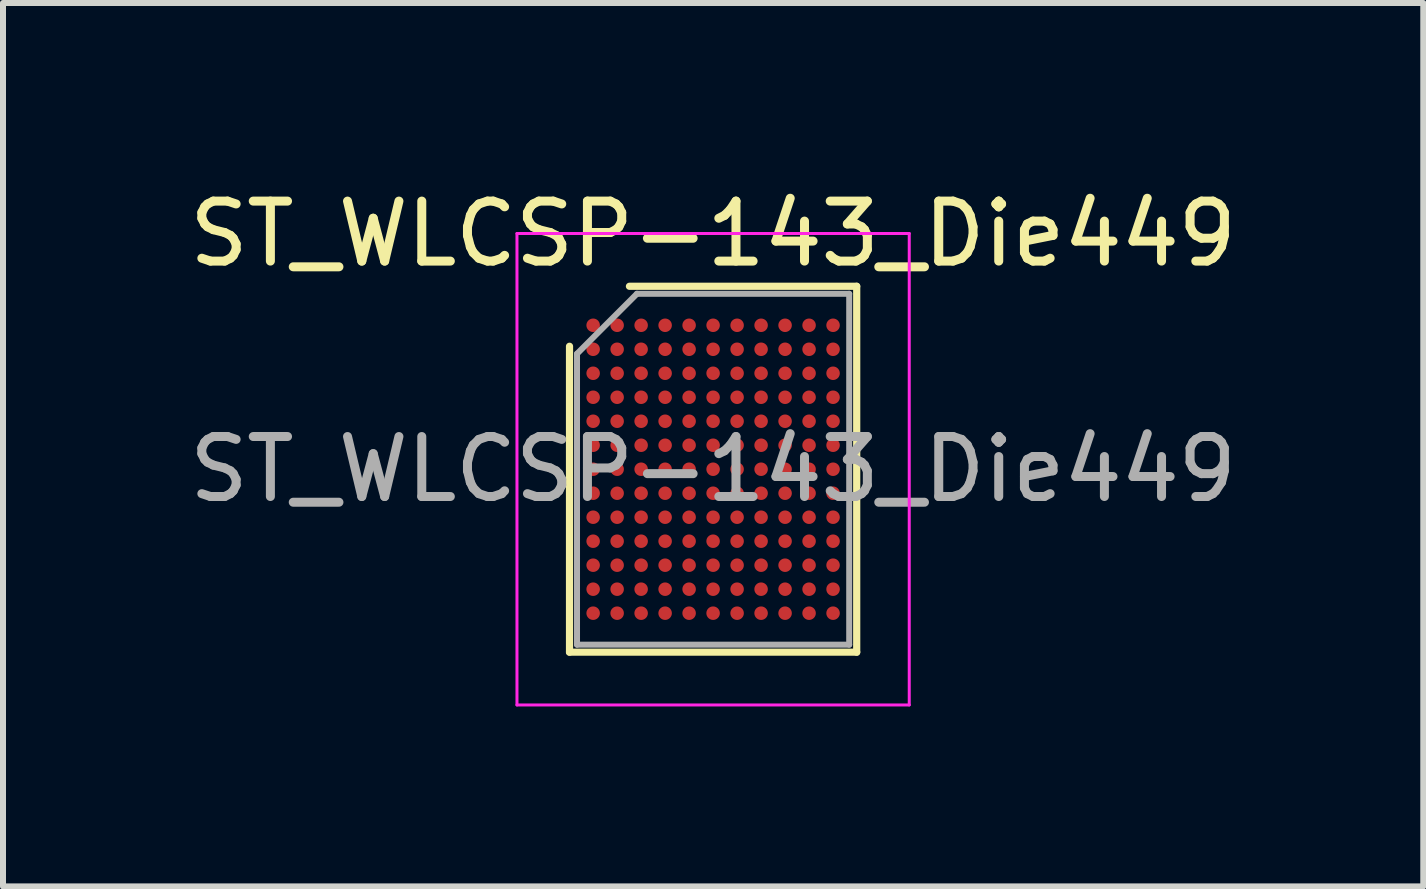
<source format=kicad_pcb>
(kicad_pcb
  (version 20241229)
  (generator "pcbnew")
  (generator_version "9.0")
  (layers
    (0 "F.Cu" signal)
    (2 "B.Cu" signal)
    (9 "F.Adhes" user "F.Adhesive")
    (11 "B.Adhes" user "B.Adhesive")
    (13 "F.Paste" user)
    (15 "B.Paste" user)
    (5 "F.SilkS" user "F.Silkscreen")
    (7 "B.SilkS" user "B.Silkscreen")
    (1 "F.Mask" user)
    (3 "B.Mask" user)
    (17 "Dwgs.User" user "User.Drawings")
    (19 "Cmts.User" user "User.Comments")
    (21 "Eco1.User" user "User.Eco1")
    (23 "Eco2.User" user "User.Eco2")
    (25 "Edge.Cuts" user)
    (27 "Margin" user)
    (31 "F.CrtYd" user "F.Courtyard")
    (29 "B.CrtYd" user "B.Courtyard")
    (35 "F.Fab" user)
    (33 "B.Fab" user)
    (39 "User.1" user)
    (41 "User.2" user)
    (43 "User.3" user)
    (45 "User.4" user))
  (footprint "ST_WLCSP-143_Die449"
    (layer "F.Cu")
    (at 8.839 4.773)
    (property "Reference" "ST_WLCSP-143_Die449" (at 0 -3.925 0) (layer "F.SilkS") (effects (font (size 1 1) (thickness 0.15))))
    (attr smd)
    (fp_line (start -2.394 3.05) (end -2.394 -2.05) (stroke (width 0.12) (type solid)) (layer "F.SilkS"))
    (fp_line (start -1.395 -3.05) (end 2.394 -3.05) (stroke (width 0.12) (type solid)) (layer "F.SilkS"))
    (fp_line (start 2.394 -3.05) (end 2.394 3.05) (stroke (width 0.12) (type solid)) (layer "F.SilkS"))
    (fp_line (start 2.394 3.05) (end -2.394 3.05) (stroke (width 0.12) (type solid)) (layer "F.SilkS"))
    (fp_line (start -3.27 -3.93) (end -3.27 3.93) (stroke (width 0.05) (type solid)) (layer "F.CrtYd"))
    (fp_line (start -3.27 3.93) (end 3.27 3.93) (stroke (width 0.05) (type solid)) (layer "F.CrtYd"))
    (fp_line (start 3.27 -3.93) (end -3.27 -3.93) (stroke (width 0.05) (type solid)) (layer "F.CrtYd"))
    (fp_line (start 3.27 3.93) (end 3.27 -3.93) (stroke (width 0.05) (type solid)) (layer "F.CrtYd"))
    (fp_line (start -2.269 -1.925) (end -1.27 -2.925) (stroke (width 0.1) (type solid)) (layer "F.Fab"))
    (fp_line (start -2.269 2.925) (end -2.269 -1.925) (stroke (width 0.1) (type solid)) (layer "F.Fab"))
    (fp_line (start -1.27 -2.925) (end 2.269 -2.925) (stroke (width 0.1) (type solid)) (layer "F.Fab"))
    (fp_line (start 2.269 -2.925) (end 2.269 2.925) (stroke (width 0.1) (type solid)) (layer "F.Fab"))
    (fp_line (start 2.269 2.925) (end -2.269 2.925) (stroke (width 0.1) (type solid)) (layer "F.Fab"))
    (fp_text user "${REFERENCE}" (at 0 0 0) (layer "F.Fab") (effects (font (size 1 1) (thickness 0.15))))
    (pad "A1" smd circle (at -2 -2.4) (size 0.225 0.225) (layers "F.Cu" "F.Mask" "F.Paste"))
    (pad "A2" smd circle (at -1.6 -2.4) (size 0.225 0.225) (layers "F.Cu" "F.Mask" "F.Paste"))
    (pad "A3" smd circle (at -1.2 -2.4) (size 0.225 0.225) (layers "F.Cu" "F.Mask" "F.Paste"))
    (pad "A4" smd circle (at -0.8 -2.4) (size 0.225 0.225) (layers "F.Cu" "F.Mask" "F.Paste"))
    (pad "A5" smd circle (at -0.4 -2.4) (size 0.225 0.225) (layers "F.Cu" "F.Mask" "F.Paste"))
    (pad "A6" smd circle (at 0 -2.4) (size 0.225 0.225) (layers "F.Cu" "F.Mask" "F.Paste"))
    (pad "A7" smd circle (at 0.4 -2.4) (size 0.225 0.225) (layers "F.Cu" "F.Mask" "F.Paste"))
    (pad "A8" smd circle (at 0.8 -2.4) (size 0.225 0.225) (layers "F.Cu" "F.Mask" "F.Paste"))
    (pad "A9" smd circle (at 1.2 -2.4) (size 0.225 0.225) (layers "F.Cu" "F.Mask" "F.Paste"))
    (pad "A10" smd circle (at 1.6 -2.4) (size 0.225 0.225) (layers "F.Cu" "F.Mask" "F.Paste"))
    (pad "A11" smd circle (at 2 -2.4) (size 0.225 0.225) (layers "F.Cu" "F.Mask" "F.Paste"))
    (pad "B1" smd circle (at -2 -2) (size 0.225 0.225) (layers "F.Cu" "F.Mask" "F.Paste"))
    (pad "B2" smd circle (at -1.6 -2) (size 0.225 0.225) (layers "F.Cu" "F.Mask" "F.Paste"))
    (pad "B3" smd circle (at -1.2 -2) (size 0.225 0.225) (layers "F.Cu" "F.Mask" "F.Paste"))
    (pad "B4" smd circle (at -0.8 -2) (size 0.225 0.225) (layers "F.Cu" "F.Mask" "F.Paste"))
    (pad "B5" smd circle (at -0.4 -2) (size 0.225 0.225) (layers "F.Cu" "F.Mask" "F.Paste"))
    (pad "B6" smd circle (at 0 -2) (size 0.225 0.225) (layers "F.Cu" "F.Mask" "F.Paste"))
    (pad "B7" smd circle (at 0.4 -2) (size 0.225 0.225) (layers "F.Cu" "F.Mask" "F.Paste"))
    (pad "B8" smd circle (at 0.8 -2) (size 0.225 0.225) (layers "F.Cu" "F.Mask" "F.Paste"))
    (pad "B9" smd circle (at 1.2 -2) (size 0.225 0.225) (layers "F.Cu" "F.Mask" "F.Paste"))
    (pad "B10" smd circle (at 1.6 -2) (size 0.225 0.225) (layers "F.Cu" "F.Mask" "F.Paste"))
    (pad "B11" smd circle (at 2 -2) (size 0.225 0.225) (layers "F.Cu" "F.Mask" "F.Paste"))
    (pad "C1" smd circle (at -2 -1.6) (size 0.225 0.225) (layers "F.Cu" "F.Mask" "F.Paste"))
    (pad "C2" smd circle (at -1.6 -1.6) (size 0.225 0.225) (layers "F.Cu" "F.Mask" "F.Paste"))
    (pad "C3" smd circle (at -1.2 -1.6) (size 0.225 0.225) (layers "F.Cu" "F.Mask" "F.Paste"))
    (pad "C4" smd circle (at -0.8 -1.6) (size 0.225 0.225) (layers "F.Cu" "F.Mask" "F.Paste"))
    (pad "C5" smd circle (at -0.4 -1.6) (size 0.225 0.225) (layers "F.Cu" "F.Mask" "F.Paste"))
    (pad "C6" smd circle (at 0 -1.6) (size 0.225 0.225) (layers "F.Cu" "F.Mask" "F.Paste"))
    (pad "C7" smd circle (at 0.4 -1.6) (size 0.225 0.225) (layers "F.Cu" "F.Mask" "F.Paste"))
    (pad "C8" smd circle (at 0.8 -1.6) (size 0.225 0.225) (layers "F.Cu" "F.Mask" "F.Paste"))
    (pad "C9" smd circle (at 1.2 -1.6) (size 0.225 0.225) (layers "F.Cu" "F.Mask" "F.Paste"))
    (pad "C10" smd circle (at 1.6 -1.6) (size 0.225 0.225) (layers "F.Cu" "F.Mask" "F.Paste"))
    (pad "C11" smd circle (at 2 -1.6) (size 0.225 0.225) (layers "F.Cu" "F.Mask" "F.Paste"))
    (pad "D1" smd circle (at -2 -1.2) (size 0.225 0.225) (layers "F.Cu" "F.Mask" "F.Paste"))
    (pad "D2" smd circle (at -1.6 -1.2) (size 0.225 0.225) (layers "F.Cu" "F.Mask" "F.Paste"))
    (pad "D3" smd circle (at -1.2 -1.2) (size 0.225 0.225) (layers "F.Cu" "F.Mask" "F.Paste"))
    (pad "D4" smd circle (at -0.8 -1.2) (size 0.225 0.225) (layers "F.Cu" "F.Mask" "F.Paste"))
    (pad "D5" smd circle (at -0.4 -1.2) (size 0.225 0.225) (layers "F.Cu" "F.Mask" "F.Paste"))
    (pad "D6" smd circle (at 0 -1.2) (size 0.225 0.225) (layers "F.Cu" "F.Mask" "F.Paste"))
    (pad "D7" smd circle (at 0.4 -1.2) (size 0.225 0.225) (layers "F.Cu" "F.Mask" "F.Paste"))
    (pad "D8" smd circle (at 0.8 -1.2) (size 0.225 0.225) (layers "F.Cu" "F.Mask" "F.Paste"))
    (pad "D9" smd circle (at 1.2 -1.2) (size 0.225 0.225) (layers "F.Cu" "F.Mask" "F.Paste"))
    (pad "D10" smd circle (at 1.6 -1.2) (size 0.225 0.225) (layers "F.Cu" "F.Mask" "F.Paste"))
    (pad "D11" smd circle (at 2 -1.2) (size 0.225 0.225) (layers "F.Cu" "F.Mask" "F.Paste"))
    (pad "E1" smd circle (at -2 -0.8) (size 0.225 0.225) (layers "F.Cu" "F.Mask" "F.Paste"))
    (pad "E2" smd circle (at -1.6 -0.8) (size 0.225 0.225) (layers "F.Cu" "F.Mask" "F.Paste"))
    (pad "E3" smd circle (at -1.2 -0.8) (size 0.225 0.225) (layers "F.Cu" "F.Mask" "F.Paste"))
    (pad "E4" smd circle (at -0.8 -0.8) (size 0.225 0.225) (layers "F.Cu" "F.Mask" "F.Paste"))
    (pad "E5" smd circle (at -0.4 -0.8) (size 0.225 0.225) (layers "F.Cu" "F.Mask" "F.Paste"))
    (pad "E6" smd circle (at 0 -0.8) (size 0.225 0.225) (layers "F.Cu" "F.Mask" "F.Paste"))
    (pad "E7" smd circle (at 0.4 -0.8) (size 0.225 0.225) (layers "F.Cu" "F.Mask" "F.Paste"))
    (pad "E8" smd circle (at 0.8 -0.8) (size 0.225 0.225) (layers "F.Cu" "F.Mask" "F.Paste"))
    (pad "E9" smd circle (at 1.2 -0.8) (size 0.225 0.225) (layers "F.Cu" "F.Mask" "F.Paste"))
    (pad "E10" smd circle (at 1.6 -0.8) (size 0.225 0.225) (layers "F.Cu" "F.Mask" "F.Paste"))
    (pad "E11" smd circle (at 2 -0.8) (size 0.225 0.225) (layers "F.Cu" "F.Mask" "F.Paste"))
    (pad "F1" smd circle (at -2 -0.4) (size 0.225 0.225) (layers "F.Cu" "F.Mask" "F.Paste"))
    (pad "F2" smd circle (at -1.6 -0.4) (size 0.225 0.225) (layers "F.Cu" "F.Mask" "F.Paste"))
    (pad "F3" smd circle (at -1.2 -0.4) (size 0.225 0.225) (layers "F.Cu" "F.Mask" "F.Paste"))
    (pad "F4" smd circle (at -0.8 -0.4) (size 0.225 0.225) (layers "F.Cu" "F.Mask" "F.Paste"))
    (pad "F5" smd circle (at -0.4 -0.4) (size 0.225 0.225) (layers "F.Cu" "F.Mask" "F.Paste"))
    (pad "F6" smd circle (at 0 -0.4) (size 0.225 0.225) (layers "F.Cu" "F.Mask" "F.Paste"))
    (pad "F7" smd circle (at 0.4 -0.4) (size 0.225 0.225) (layers "F.Cu" "F.Mask" "F.Paste"))
    (pad "F8" smd circle (at 0.8 -0.4) (size 0.225 0.225) (layers "F.Cu" "F.Mask" "F.Paste"))
    (pad "F9" smd circle (at 1.2 -0.4) (size 0.225 0.225) (layers "F.Cu" "F.Mask" "F.Paste"))
    (pad "F10" smd circle (at 1.6 -0.4) (size 0.225 0.225) (layers "F.Cu" "F.Mask" "F.Paste"))
    (pad "F11" smd circle (at 2 -0.4) (size 0.225 0.225) (layers "F.Cu" "F.Mask" "F.Paste"))
    (pad "G1" smd circle (at -2 0) (size 0.225 0.225) (layers "F.Cu" "F.Mask" "F.Paste"))
    (pad "G2" smd circle (at -1.6 0) (size 0.225 0.225) (layers "F.Cu" "F.Mask" "F.Paste"))
    (pad "G3" smd circle (at -1.2 0) (size 0.225 0.225) (layers "F.Cu" "F.Mask" "F.Paste"))
    (pad "G4" smd circle (at -0.8 0) (size 0.225 0.225) (layers "F.Cu" "F.Mask" "F.Paste"))
    (pad "G5" smd circle (at -0.4 0) (size 0.225 0.225) (layers "F.Cu" "F.Mask" "F.Paste"))
    (pad "G6" smd circle (at 0 0) (size 0.225 0.225) (layers "F.Cu" "F.Mask" "F.Paste"))
    (pad "G7" smd circle (at 0.4 0) (size 0.225 0.225) (layers "F.Cu" "F.Mask" "F.Paste"))
    (pad "G8" smd circle (at 0.8 0) (size 0.225 0.225) (layers "F.Cu" "F.Mask" "F.Paste"))
    (pad "G9" smd circle (at 1.2 0) (size 0.225 0.225) (layers "F.Cu" "F.Mask" "F.Paste"))
    (pad "G10" smd circle (at 1.6 0) (size 0.225 0.225) (layers "F.Cu" "F.Mask" "F.Paste"))
    (pad "G11" smd circle (at 2 0) (size 0.225 0.225) (layers "F.Cu" "F.Mask" "F.Paste"))
    (pad "H1" smd circle (at -2 0.4) (size 0.225 0.225) (layers "F.Cu" "F.Mask" "F.Paste"))
    (pad "H2" smd circle (at -1.6 0.4) (size 0.225 0.225) (layers "F.Cu" "F.Mask" "F.Paste"))
    (pad "H3" smd circle (at -1.2 0.4) (size 0.225 0.225) (layers "F.Cu" "F.Mask" "F.Paste"))
    (pad "H4" smd circle (at -0.8 0.4) (size 0.225 0.225) (layers "F.Cu" "F.Mask" "F.Paste"))
    (pad "H5" smd circle (at -0.4 0.4) (size 0.225 0.225) (layers "F.Cu" "F.Mask" "F.Paste"))
    (pad "H6" smd circle (at 0 0.4) (size 0.225 0.225) (layers "F.Cu" "F.Mask" "F.Paste"))
    (pad "H7" smd circle (at 0.4 0.4) (size 0.225 0.225) (layers "F.Cu" "F.Mask" "F.Paste"))
    (pad "H8" smd circle (at 0.8 0.4) (size 0.225 0.225) (layers "F.Cu" "F.Mask" "F.Paste"))
    (pad "H9" smd circle (at 1.2 0.4) (size 0.225 0.225) (layers "F.Cu" "F.Mask" "F.Paste"))
    (pad "H10" smd circle (at 1.6 0.4) (size 0.225 0.225) (layers "F.Cu" "F.Mask" "F.Paste"))
    (pad "H11" smd circle (at 2 0.4) (size 0.225 0.225) (layers "F.Cu" "F.Mask" "F.Paste"))
    (pad "J1" smd circle (at -2 0.8) (size 0.225 0.225) (layers "F.Cu" "F.Mask" "F.Paste"))
    (pad "J2" smd circle (at -1.6 0.8) (size 0.225 0.225) (layers "F.Cu" "F.Mask" "F.Paste"))
    (pad "J3" smd circle (at -1.2 0.8) (size 0.225 0.225) (layers "F.Cu" "F.Mask" "F.Paste"))
    (pad "J4" smd circle (at -0.8 0.8) (size 0.225 0.225) (layers "F.Cu" "F.Mask" "F.Paste"))
    (pad "J5" smd circle (at -0.4 0.8) (size 0.225 0.225) (layers "F.Cu" "F.Mask" "F.Paste"))
    (pad "J6" smd circle (at 0 0.8) (size 0.225 0.225) (layers "F.Cu" "F.Mask" "F.Paste"))
    (pad "J7" smd circle (at 0.4 0.8) (size 0.225 0.225) (layers "F.Cu" "F.Mask" "F.Paste"))
    (pad "J8" smd circle (at 0.8 0.8) (size 0.225 0.225) (layers "F.Cu" "F.Mask" "F.Paste"))
    (pad "J9" smd circle (at 1.2 0.8) (size 0.225 0.225) (layers "F.Cu" "F.Mask" "F.Paste"))
    (pad "J10" smd circle (at 1.6 0.8) (size 0.225 0.225) (layers "F.Cu" "F.Mask" "F.Paste"))
    (pad "J11" smd circle (at 2 0.8) (size 0.225 0.225) (layers "F.Cu" "F.Mask" "F.Paste"))
    (pad "K1" smd circle (at -2 1.2) (size 0.225 0.225) (layers "F.Cu" "F.Mask" "F.Paste"))
    (pad "K2" smd circle (at -1.6 1.2) (size 0.225 0.225) (layers "F.Cu" "F.Mask" "F.Paste"))
    (pad "K3" smd circle (at -1.2 1.2) (size 0.225 0.225) (layers "F.Cu" "F.Mask" "F.Paste"))
    (pad "K4" smd circle (at -0.8 1.2) (size 0.225 0.225) (layers "F.Cu" "F.Mask" "F.Paste"))
    (pad "K5" smd circle (at -0.4 1.2) (size 0.225 0.225) (layers "F.Cu" "F.Mask" "F.Paste"))
    (pad "K6" smd circle (at 0 1.2) (size 0.225 0.225) (layers "F.Cu" "F.Mask" "F.Paste"))
    (pad "K7" smd circle (at 0.4 1.2) (size 0.225 0.225) (layers "F.Cu" "F.Mask" "F.Paste"))
    (pad "K8" smd circle (at 0.8 1.2) (size 0.225 0.225) (layers "F.Cu" "F.Mask" "F.Paste"))
    (pad "K9" smd circle (at 1.2 1.2) (size 0.225 0.225) (layers "F.Cu" "F.Mask" "F.Paste"))
    (pad "K10" smd circle (at 1.6 1.2) (size 0.225 0.225) (layers "F.Cu" "F.Mask" "F.Paste"))
    (pad "K11" smd circle (at 2 1.2) (size 0.225 0.225) (layers "F.Cu" "F.Mask" "F.Paste"))
    (pad "L1" smd circle (at -2 1.6) (size 0.225 0.225) (layers "F.Cu" "F.Mask" "F.Paste"))
    (pad "L2" smd circle (at -1.6 1.6) (size 0.225 0.225) (layers "F.Cu" "F.Mask" "F.Paste"))
    (pad "L3" smd circle (at -1.2 1.6) (size 0.225 0.225) (layers "F.Cu" "F.Mask" "F.Paste"))
    (pad "L4" smd circle (at -0.8 1.6) (size 0.225 0.225) (layers "F.Cu" "F.Mask" "F.Paste"))
    (pad "L5" smd circle (at -0.4 1.6) (size 0.225 0.225) (layers "F.Cu" "F.Mask" "F.Paste"))
    (pad "L6" smd circle (at 0 1.6) (size 0.225 0.225) (layers "F.Cu" "F.Mask" "F.Paste"))
    (pad "L7" smd circle (at 0.4 1.6) (size 0.225 0.225) (layers "F.Cu" "F.Mask" "F.Paste"))
    (pad "L8" smd circle (at 0.8 1.6) (size 0.225 0.225) (layers "F.Cu" "F.Mask" "F.Paste"))
    (pad "L9" smd circle (at 1.2 1.6) (size 0.225 0.225) (layers "F.Cu" "F.Mask" "F.Paste"))
    (pad "L10" smd circle (at 1.6 1.6) (size 0.225 0.225) (layers "F.Cu" "F.Mask" "F.Paste"))
    (pad "L11" smd circle (at 2 1.6) (size 0.225 0.225) (layers "F.Cu" "F.Mask" "F.Paste"))
    (pad "M1" smd circle (at -2 2) (size 0.225 0.225) (layers "F.Cu" "F.Mask" "F.Paste"))
    (pad "M2" smd circle (at -1.6 2) (size 0.225 0.225) (layers "F.Cu" "F.Mask" "F.Paste"))
    (pad "M3" smd circle (at -1.2 2) (size 0.225 0.225) (layers "F.Cu" "F.Mask" "F.Paste"))
    (pad "M4" smd circle (at -0.8 2) (size 0.225 0.225) (layers "F.Cu" "F.Mask" "F.Paste"))
    (pad "M5" smd circle (at -0.4 2) (size 0.225 0.225) (layers "F.Cu" "F.Mask" "F.Paste"))
    (pad "M6" smd circle (at 0 2) (size 0.225 0.225) (layers "F.Cu" "F.Mask" "F.Paste"))
    (pad "M7" smd circle (at 0.4 2) (size 0.225 0.225) (layers "F.Cu" "F.Mask" "F.Paste"))
    (pad "M8" smd circle (at 0.8 2) (size 0.225 0.225) (layers "F.Cu" "F.Mask" "F.Paste"))
    (pad "M9" smd circle (at 1.2 2) (size 0.225 0.225) (layers "F.Cu" "F.Mask" "F.Paste"))
    (pad "M10" smd circle (at 1.6 2) (size 0.225 0.225) (layers "F.Cu" "F.Mask" "F.Paste"))
    (pad "M11" smd circle (at 2 2) (size 0.225 0.225) (layers "F.Cu" "F.Mask" "F.Paste"))
    (pad "N1" smd circle (at -2 2.4) (size 0.225 0.225) (layers "F.Cu" "F.Mask" "F.Paste"))
    (pad "N2" smd circle (at -1.6 2.4) (size 0.225 0.225) (layers "F.Cu" "F.Mask" "F.Paste"))
    (pad "N3" smd circle (at -1.2 2.4) (size 0.225 0.225) (layers "F.Cu" "F.Mask" "F.Paste"))
    (pad "N4" smd circle (at -0.8 2.4) (size 0.225 0.225) (layers "F.Cu" "F.Mask" "F.Paste"))
    (pad "N5" smd circle (at -0.4 2.4) (size 0.225 0.225) (layers "F.Cu" "F.Mask" "F.Paste"))
    (pad "N6" smd circle (at 0 2.4) (size 0.225 0.225) (layers "F.Cu" "F.Mask" "F.Paste"))
    (pad "N7" smd circle (at 0.4 2.4) (size 0.225 0.225) (layers "F.Cu" "F.Mask" "F.Paste"))
    (pad "N8" smd circle (at 0.8 2.4) (size 0.225 0.225) (layers "F.Cu" "F.Mask" "F.Paste"))
    (pad "N9" smd circle (at 1.2 2.4) (size 0.225 0.225) (layers "F.Cu" "F.Mask" "F.Paste"))
    (pad "N10" smd circle (at 1.6 2.4) (size 0.225 0.225) (layers "F.Cu" "F.Mask" "F.Paste"))
    (pad "N11" smd circle (at 2 2.4) (size 0.225 0.225) (layers "F.Cu" "F.Mask" "F.Paste")))
  (gr_rect
    (start -3 -3)
    (end 20.679 11.728)
    (stroke (width 0.1) (type default))
    (fill no)
    (layer "Edge.Cuts")))
</source>
